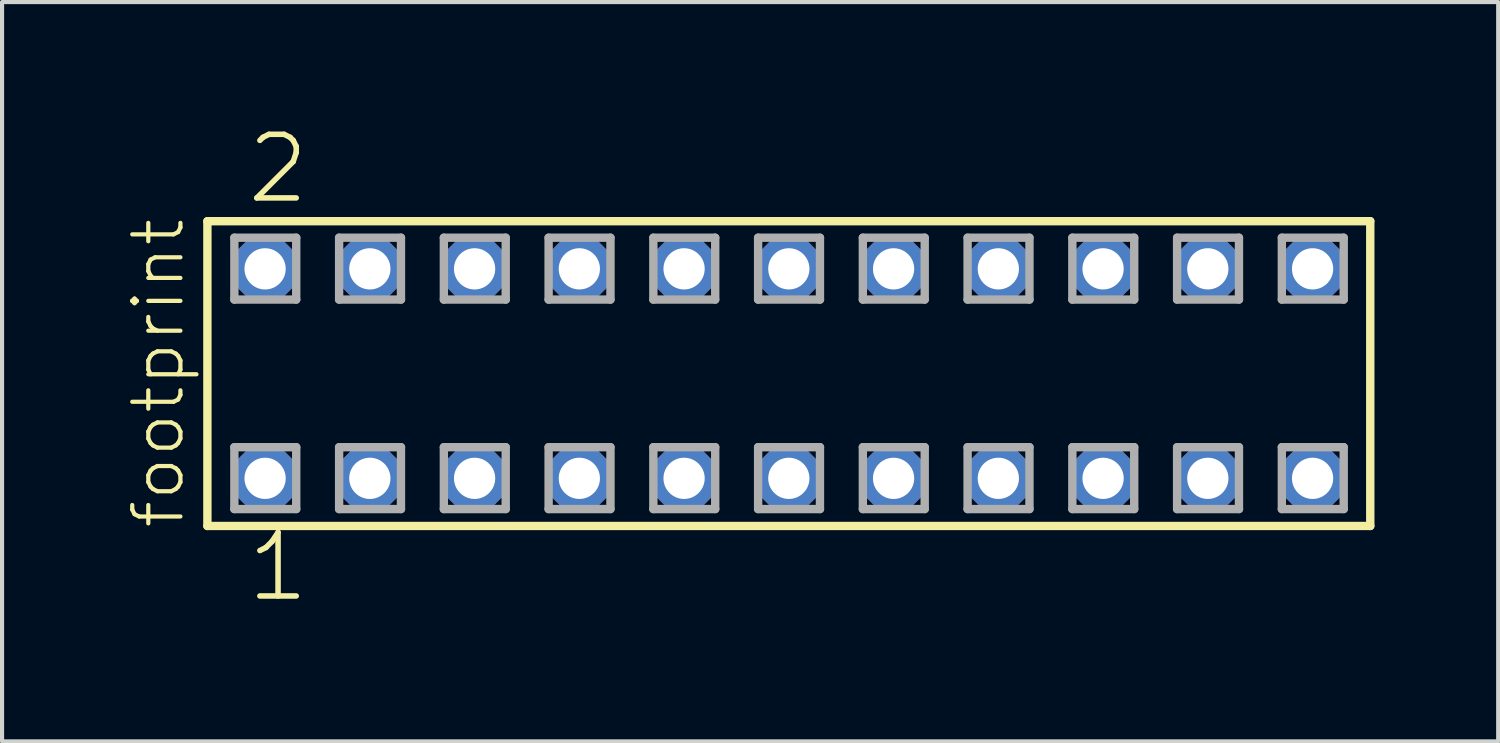
<source format=kicad_pcb>
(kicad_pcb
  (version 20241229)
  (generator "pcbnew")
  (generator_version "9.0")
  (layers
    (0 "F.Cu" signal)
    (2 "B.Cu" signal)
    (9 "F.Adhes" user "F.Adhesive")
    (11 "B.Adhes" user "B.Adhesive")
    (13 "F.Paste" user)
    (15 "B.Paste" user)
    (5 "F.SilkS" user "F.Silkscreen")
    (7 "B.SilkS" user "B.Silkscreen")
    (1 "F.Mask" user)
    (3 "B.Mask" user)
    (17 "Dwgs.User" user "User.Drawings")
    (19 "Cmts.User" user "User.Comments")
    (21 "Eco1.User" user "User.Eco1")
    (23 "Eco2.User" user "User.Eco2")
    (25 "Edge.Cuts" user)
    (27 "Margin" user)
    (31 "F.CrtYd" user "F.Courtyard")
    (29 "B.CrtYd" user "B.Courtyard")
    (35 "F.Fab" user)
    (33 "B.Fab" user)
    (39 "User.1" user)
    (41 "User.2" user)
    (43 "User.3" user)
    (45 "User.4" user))
  (footprint "footprint"
    (layer "F.Cu")
    (at 16.078 6.009)
    (property "Reference" "footprint" (at -14.605 3.81 90) (layer "F.SilkS") (effects (font (size 1.168 1.168) (thickness 0.102)) (justify left bottom)))
    (fp_line (start -14.099 -3.695) (end 14.099 -3.695) (stroke (width 0.203) (type solid)) (layer "F.SilkS"))
    (fp_line (start -14.099 3.695) (end -14.099 -3.695) (stroke (width 0.203) (type solid)) (layer "F.SilkS"))
    (fp_line (start 14.099 -3.695) (end 14.099 3.695) (stroke (width 0.203) (type solid)) (layer "F.SilkS"))
    (fp_line (start 14.099 3.695) (end -14.099 3.695) (stroke (width 0.203) (type solid)) (layer "F.SilkS"))
    (fp_line (start -13.445 -3.295) (end -11.945 -3.295) (stroke (width 0.203) (type solid)) (layer "F.Fab"))
    (fp_line (start -13.445 -1.795) (end -13.445 -3.295) (stroke (width 0.203) (type solid)) (layer "F.Fab"))
    (fp_line (start -13.445 1.785) (end -11.945 1.785) (stroke (width 0.203) (type solid)) (layer "F.Fab"))
    (fp_line (start -13.445 3.285) (end -13.445 1.785) (stroke (width 0.203) (type solid)) (layer "F.Fab"))
    (fp_line (start -11.945 -3.295) (end -11.945 -1.795) (stroke (width 0.203) (type solid)) (layer "F.Fab"))
    (fp_line (start -11.945 -1.795) (end -13.445 -1.795) (stroke (width 0.203) (type solid)) (layer "F.Fab"))
    (fp_line (start -11.945 1.785) (end -11.945 3.285) (stroke (width 0.203) (type solid)) (layer "F.Fab"))
    (fp_line (start -11.945 3.285) (end -13.445 3.285) (stroke (width 0.203) (type solid)) (layer "F.Fab"))
    (fp_line (start -10.905 -3.295) (end -9.405 -3.295) (stroke (width 0.203) (type solid)) (layer "F.Fab"))
    (fp_line (start -10.905 -1.795) (end -10.905 -3.295) (stroke (width 0.203) (type solid)) (layer "F.Fab"))
    (fp_line (start -10.905 1.785) (end -9.405 1.785) (stroke (width 0.203) (type solid)) (layer "F.Fab"))
    (fp_line (start -10.905 3.285) (end -10.905 1.785) (stroke (width 0.203) (type solid)) (layer "F.Fab"))
    (fp_line (start -9.405 -3.295) (end -9.405 -1.795) (stroke (width 0.203) (type solid)) (layer "F.Fab"))
    (fp_line (start -9.405 -1.795) (end -10.905 -1.795) (stroke (width 0.203) (type solid)) (layer "F.Fab"))
    (fp_line (start -9.405 1.785) (end -9.405 3.285) (stroke (width 0.203) (type solid)) (layer "F.Fab"))
    (fp_line (start -9.405 3.285) (end -10.905 3.285) (stroke (width 0.203) (type solid)) (layer "F.Fab"))
    (fp_line (start -8.365 -3.295) (end -6.865 -3.295) (stroke (width 0.203) (type solid)) (layer "F.Fab"))
    (fp_line (start -8.365 -1.795) (end -8.365 -3.295) (stroke (width 0.203) (type solid)) (layer "F.Fab"))
    (fp_line (start -8.365 1.785) (end -6.865 1.785) (stroke (width 0.203) (type solid)) (layer "F.Fab"))
    (fp_line (start -8.365 3.285) (end -8.365 1.785) (stroke (width 0.203) (type solid)) (layer "F.Fab"))
    (fp_line (start -6.865 -3.295) (end -6.865 -1.795) (stroke (width 0.203) (type solid)) (layer "F.Fab"))
    (fp_line (start -6.865 -1.795) (end -8.365 -1.795) (stroke (width 0.203) (type solid)) (layer "F.Fab"))
    (fp_line (start -6.865 1.785) (end -6.865 3.285) (stroke (width 0.203) (type solid)) (layer "F.Fab"))
    (fp_line (start -6.865 3.285) (end -8.365 3.285) (stroke (width 0.203) (type solid)) (layer "F.Fab"))
    (fp_line (start -5.825 -3.295) (end -4.325 -3.295) (stroke (width 0.203) (type solid)) (layer "F.Fab"))
    (fp_line (start -5.825 -1.795) (end -5.825 -3.295) (stroke (width 0.203) (type solid)) (layer "F.Fab"))
    (fp_line (start -5.825 1.785) (end -4.325 1.785) (stroke (width 0.203) (type solid)) (layer "F.Fab"))
    (fp_line (start -5.825 3.285) (end -5.825 1.785) (stroke (width 0.203) (type solid)) (layer "F.Fab"))
    (fp_line (start -4.325 -3.295) (end -4.325 -1.795) (stroke (width 0.203) (type solid)) (layer "F.Fab"))
    (fp_line (start -4.325 -1.795) (end -5.825 -1.795) (stroke (width 0.203) (type solid)) (layer "F.Fab"))
    (fp_line (start -4.325 1.785) (end -4.325 3.285) (stroke (width 0.203) (type solid)) (layer "F.Fab"))
    (fp_line (start -4.325 3.285) (end -5.825 3.285) (stroke (width 0.203) (type solid)) (layer "F.Fab"))
    (fp_line (start -3.285 -3.295) (end -1.785 -3.295) (stroke (width 0.203) (type solid)) (layer "F.Fab"))
    (fp_line (start -3.285 -1.795) (end -3.285 -3.295) (stroke (width 0.203) (type solid)) (layer "F.Fab"))
    (fp_line (start -3.285 1.785) (end -1.785 1.785) (stroke (width 0.203) (type solid)) (layer "F.Fab"))
    (fp_line (start -3.285 3.285) (end -3.285 1.785) (stroke (width 0.203) (type solid)) (layer "F.Fab"))
    (fp_line (start -1.785 -3.295) (end -1.785 -1.795) (stroke (width 0.203) (type solid)) (layer "F.Fab"))
    (fp_line (start -1.785 -1.795) (end -3.285 -1.795) (stroke (width 0.203) (type solid)) (layer "F.Fab"))
    (fp_line (start -1.785 1.785) (end -1.785 3.285) (stroke (width 0.203) (type solid)) (layer "F.Fab"))
    (fp_line (start -1.785 3.285) (end -3.285 3.285) (stroke (width 0.203) (type solid)) (layer "F.Fab"))
    (fp_line (start -0.745 -3.295) (end 0.755 -3.295) (stroke (width 0.203) (type solid)) (layer "F.Fab"))
    (fp_line (start -0.745 -1.795) (end -0.745 -3.295) (stroke (width 0.203) (type solid)) (layer "F.Fab"))
    (fp_line (start -0.745 1.785) (end 0.755 1.785) (stroke (width 0.203) (type solid)) (layer "F.Fab"))
    (fp_line (start -0.745 3.285) (end -0.745 1.785) (stroke (width 0.203) (type solid)) (layer "F.Fab"))
    (fp_line (start 0.755 -3.295) (end 0.755 -1.795) (stroke (width 0.203) (type solid)) (layer "F.Fab"))
    (fp_line (start 0.755 -1.795) (end -0.745 -1.795) (stroke (width 0.203) (type solid)) (layer "F.Fab"))
    (fp_line (start 0.755 1.785) (end 0.755 3.285) (stroke (width 0.203) (type solid)) (layer "F.Fab"))
    (fp_line (start 0.755 3.285) (end -0.745 3.285) (stroke (width 0.203) (type solid)) (layer "F.Fab"))
    (fp_line (start 1.795 -3.295) (end 3.295 -3.295) (stroke (width 0.203) (type solid)) (layer "F.Fab"))
    (fp_line (start 1.795 -1.795) (end 1.795 -3.295) (stroke (width 0.203) (type solid)) (layer "F.Fab"))
    (fp_line (start 1.795 1.785) (end 3.295 1.785) (stroke (width 0.203) (type solid)) (layer "F.Fab"))
    (fp_line (start 1.795 3.285) (end 1.795 1.785) (stroke (width 0.203) (type solid)) (layer "F.Fab"))
    (fp_line (start 3.295 -3.295) (end 3.295 -1.795) (stroke (width 0.203) (type solid)) (layer "F.Fab"))
    (fp_line (start 3.295 -1.795) (end 1.795 -1.795) (stroke (width 0.203) (type solid)) (layer "F.Fab"))
    (fp_line (start 3.295 1.785) (end 3.295 3.285) (stroke (width 0.203) (type solid)) (layer "F.Fab"))
    (fp_line (start 3.295 3.285) (end 1.795 3.285) (stroke (width 0.203) (type solid)) (layer "F.Fab"))
    (fp_line (start 4.335 -3.295) (end 5.835 -3.295) (stroke (width 0.203) (type solid)) (layer "F.Fab"))
    (fp_line (start 4.335 -1.795) (end 4.335 -3.295) (stroke (width 0.203) (type solid)) (layer "F.Fab"))
    (fp_line (start 4.335 1.785) (end 5.835 1.785) (stroke (width 0.203) (type solid)) (layer "F.Fab"))
    (fp_line (start 4.335 3.285) (end 4.335 1.785) (stroke (width 0.203) (type solid)) (layer "F.Fab"))
    (fp_line (start 5.835 -3.295) (end 5.835 -1.795) (stroke (width 0.203) (type solid)) (layer "F.Fab"))
    (fp_line (start 5.835 -1.795) (end 4.335 -1.795) (stroke (width 0.203) (type solid)) (layer "F.Fab"))
    (fp_line (start 5.835 1.785) (end 5.835 3.285) (stroke (width 0.203) (type solid)) (layer "F.Fab"))
    (fp_line (start 5.835 3.285) (end 4.335 3.285) (stroke (width 0.203) (type solid)) (layer "F.Fab"))
    (fp_line (start 6.875 -3.295) (end 8.375 -3.295) (stroke (width 0.203) (type solid)) (layer "F.Fab"))
    (fp_line (start 6.875 -1.795) (end 6.875 -3.295) (stroke (width 0.203) (type solid)) (layer "F.Fab"))
    (fp_line (start 6.875 1.785) (end 8.375 1.785) (stroke (width 0.203) (type solid)) (layer "F.Fab"))
    (fp_line (start 6.875 3.285) (end 6.875 1.785) (stroke (width 0.203) (type solid)) (layer "F.Fab"))
    (fp_line (start 8.375 -3.295) (end 8.375 -1.795) (stroke (width 0.203) (type solid)) (layer "F.Fab"))
    (fp_line (start 8.375 -1.795) (end 6.875 -1.795) (stroke (width 0.203) (type solid)) (layer "F.Fab"))
    (fp_line (start 8.375 1.785) (end 8.375 3.285) (stroke (width 0.203) (type solid)) (layer "F.Fab"))
    (fp_line (start 8.375 3.285) (end 6.875 3.285) (stroke (width 0.203) (type solid)) (layer "F.Fab"))
    (fp_line (start 9.415 -3.295) (end 10.915 -3.295) (stroke (width 0.203) (type solid)) (layer "F.Fab"))
    (fp_line (start 9.415 -1.795) (end 9.415 -3.295) (stroke (width 0.203) (type solid)) (layer "F.Fab"))
    (fp_line (start 9.415 1.785) (end 10.915 1.785) (stroke (width 0.203) (type solid)) (layer "F.Fab"))
    (fp_line (start 9.415 3.285) (end 9.415 1.785) (stroke (width 0.203) (type solid)) (layer "F.Fab"))
    (fp_line (start 10.915 -3.295) (end 10.915 -1.795) (stroke (width 0.203) (type solid)) (layer "F.Fab"))
    (fp_line (start 10.915 -1.795) (end 9.415 -1.795) (stroke (width 0.203) (type solid)) (layer "F.Fab"))
    (fp_line (start 10.915 1.785) (end 10.915 3.285) (stroke (width 0.203) (type solid)) (layer "F.Fab"))
    (fp_line (start 10.915 3.285) (end 9.415 3.285) (stroke (width 0.203) (type solid)) (layer "F.Fab"))
    (fp_line (start 11.955 -3.295) (end 13.455 -3.295) (stroke (width 0.203) (type solid)) (layer "F.Fab"))
    (fp_line (start 11.955 -1.795) (end 11.955 -3.295) (stroke (width 0.203) (type solid)) (layer "F.Fab"))
    (fp_line (start 11.955 1.785) (end 13.455 1.785) (stroke (width 0.203) (type solid)) (layer "F.Fab"))
    (fp_line (start 11.955 3.285) (end 11.955 1.785) (stroke (width 0.203) (type solid)) (layer "F.Fab"))
    (fp_line (start 13.455 -3.295) (end 13.455 -1.795) (stroke (width 0.203) (type solid)) (layer "F.Fab"))
    (fp_line (start 13.455 -1.795) (end 11.955 -1.795) (stroke (width 0.203) (type solid)) (layer "F.Fab"))
    (fp_line (start 13.455 1.785) (end 13.455 3.285) (stroke (width 0.203) (type solid)) (layer "F.Fab"))
    (fp_line (start 13.455 3.285) (end 11.955 3.285) (stroke (width 0.203) (type solid)) (layer "F.Fab"))
    (fp_text user "1" (at -13.208 5.588 0) (layer "F.SilkS") (effects (font (size 1.542 1.542) (thickness 0.134)) (justify left bottom)))
    (fp_text user "2" (at -13.208 -4.064 0) (layer "F.SilkS") (effects (font (size 1.542 1.542) (thickness 0.134)) (justify left bottom)))
    (pad "1" thru_hole roundrect (at -12.7 2.54) (size 1.5 1.5) (drill 1) (layers "*.Cu" "*.Mask") (roundrect_rratio 0.25) (chamfer_ratio 0.25) (chamfer top_left top_right bottom_left bottom_right))
    (pad "2" thru_hole roundrect (at -12.7 -2.54) (size 1.5 1.5) (drill 1) (layers "*.Cu" "*.Mask") (roundrect_rratio 0.25) (chamfer_ratio 0.25) (chamfer top_left top_right bottom_left bottom_right))
    (pad "3" thru_hole roundrect (at -10.16 2.54) (size 1.5 1.5) (drill 1) (layers "*.Cu" "*.Mask") (roundrect_rratio 0.25) (chamfer_ratio 0.25) (chamfer top_left top_right bottom_left bottom_right))
    (pad "4" thru_hole roundrect (at -10.16 -2.54) (size 1.5 1.5) (drill 1) (layers "*.Cu" "*.Mask") (roundrect_rratio 0.25) (chamfer_ratio 0.25) (chamfer top_left top_right bottom_left bottom_right))
    (pad "5" thru_hole roundrect (at -7.62 2.54) (size 1.5 1.5) (drill 1) (layers "*.Cu" "*.Mask") (roundrect_rratio 0.25) (chamfer_ratio 0.25) (chamfer top_left top_right bottom_left bottom_right))
    (pad "6" thru_hole roundrect (at -7.62 -2.54) (size 1.5 1.5) (drill 1) (layers "*.Cu" "*.Mask") (roundrect_rratio 0.25) (chamfer_ratio 0.25) (chamfer top_left top_right bottom_left bottom_right))
    (pad "7" thru_hole roundrect (at -5.08 2.54) (size 1.5 1.5) (drill 1) (layers "*.Cu" "*.Mask") (roundrect_rratio 0.25) (chamfer_ratio 0.25) (chamfer top_left top_right bottom_left bottom_right))
    (pad "8" thru_hole roundrect (at -5.08 -2.54) (size 1.5 1.5) (drill 1) (layers "*.Cu" "*.Mask") (roundrect_rratio 0.25) (chamfer_ratio 0.25) (chamfer top_left top_right bottom_left bottom_right))
    (pad "9" thru_hole roundrect (at -2.54 2.54) (size 1.5 1.5) (drill 1) (layers "*.Cu" "*.Mask") (roundrect_rratio 0.25) (chamfer_ratio 0.25) (chamfer top_left top_right bottom_left bottom_right))
    (pad "10" thru_hole roundrect (at -2.54 -2.54) (size 1.5 1.5) (drill 1) (layers "*.Cu" "*.Mask") (roundrect_rratio 0.25) (chamfer_ratio 0.25) (chamfer top_left top_right bottom_left bottom_right))
    (pad "11" thru_hole roundrect (at 0 2.54) (size 1.5 1.5) (drill 1) (layers "*.Cu" "*.Mask") (roundrect_rratio 0.25) (chamfer_ratio 0.25) (chamfer top_left top_right bottom_left bottom_right))
    (pad "12" thru_hole roundrect (at 0 -2.54) (size 1.5 1.5) (drill 1) (layers "*.Cu" "*.Mask") (roundrect_rratio 0.25) (chamfer_ratio 0.25) (chamfer top_left top_right bottom_left bottom_right))
    (pad "13" thru_hole roundrect (at 2.54 2.54) (size 1.5 1.5) (drill 1) (layers "*.Cu" "*.Mask") (roundrect_rratio 0.25) (chamfer_ratio 0.25) (chamfer top_left top_right bottom_left bottom_right))
    (pad "14" thru_hole roundrect (at 2.54 -2.54) (size 1.5 1.5) (drill 1) (layers "*.Cu" "*.Mask") (roundrect_rratio 0.25) (chamfer_ratio 0.25) (chamfer top_left top_right bottom_left bottom_right))
    (pad "15" thru_hole roundrect (at 5.08 2.54) (size 1.5 1.5) (drill 1) (layers "*.Cu" "*.Mask") (roundrect_rratio 0.25) (chamfer_ratio 0.25) (chamfer top_left top_right bottom_left bottom_right))
    (pad "16" thru_hole roundrect (at 5.08 -2.54) (size 1.5 1.5) (drill 1) (layers "*.Cu" "*.Mask") (roundrect_rratio 0.25) (chamfer_ratio 0.25) (chamfer top_left top_right bottom_left bottom_right))
    (pad "17" thru_hole roundrect (at 7.62 2.54) (size 1.5 1.5) (drill 1) (layers "*.Cu" "*.Mask") (roundrect_rratio 0.25) (chamfer_ratio 0.25) (chamfer top_left top_right bottom_left bottom_right))
    (pad "18" thru_hole roundrect (at 7.62 -2.54) (size 1.5 1.5) (drill 1) (layers "*.Cu" "*.Mask") (roundrect_rratio 0.25) (chamfer_ratio 0.25) (chamfer top_left top_right bottom_left bottom_right))
    (pad "19" thru_hole roundrect (at 10.16 2.54) (size 1.5 1.5) (drill 1) (layers "*.Cu" "*.Mask") (roundrect_rratio 0.25) (chamfer_ratio 0.25) (chamfer top_left top_right bottom_left bottom_right))
    (pad "20" thru_hole roundrect (at 10.16 -2.54) (size 1.5 1.5) (drill 1) (layers "*.Cu" "*.Mask") (roundrect_rratio 0.25) (chamfer_ratio 0.25) (chamfer top_left top_right bottom_left bottom_right))
    (pad "21" thru_hole roundrect (at 12.7 2.54) (size 1.5 1.5) (drill 1) (layers "*.Cu" "*.Mask") (roundrect_rratio 0.25) (chamfer_ratio 0.25) (chamfer top_left top_right bottom_left bottom_right))
    (pad "22" thru_hole roundrect (at 12.7 -2.54) (size 1.5 1.5) (drill 1) (layers "*.Cu" "*.Mask") (roundrect_rratio 0.25) (chamfer_ratio 0.25) (chamfer top_left top_right bottom_left bottom_right)))
  (gr_rect
    (start -3 -3)
    (end 33.279 14.927)
    (stroke (width 0.1) (type default))
    (fill no)
    (layer "Edge.Cuts")))
</source>
